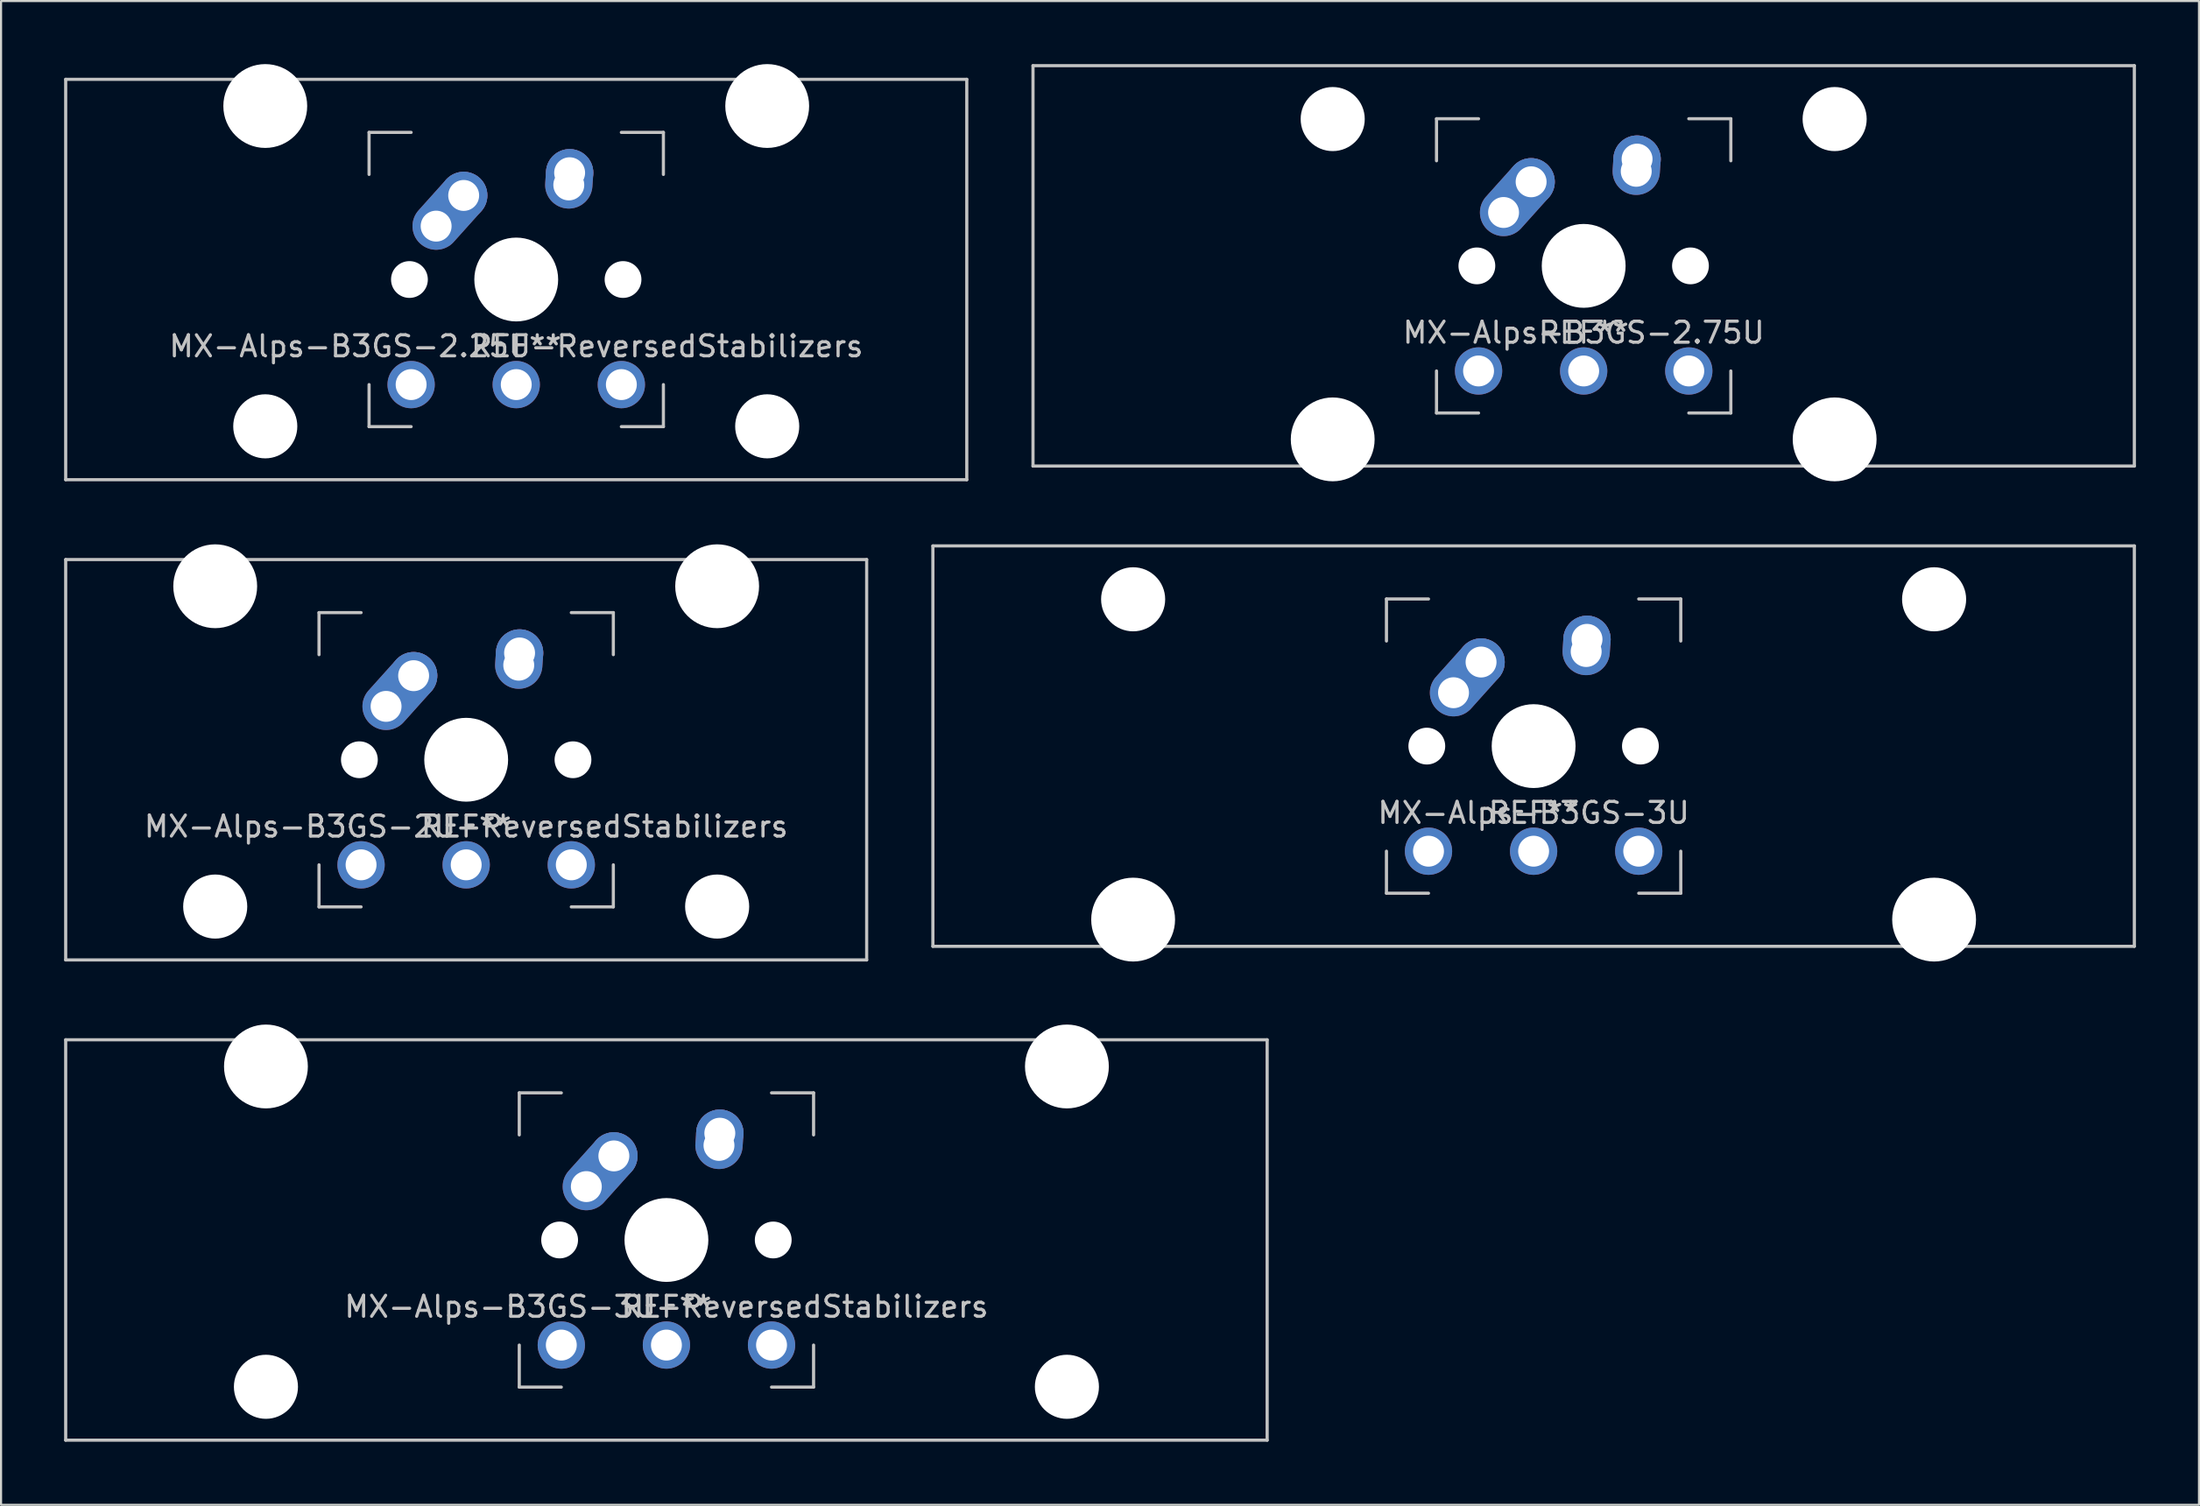
<source format=kicad_pcb>
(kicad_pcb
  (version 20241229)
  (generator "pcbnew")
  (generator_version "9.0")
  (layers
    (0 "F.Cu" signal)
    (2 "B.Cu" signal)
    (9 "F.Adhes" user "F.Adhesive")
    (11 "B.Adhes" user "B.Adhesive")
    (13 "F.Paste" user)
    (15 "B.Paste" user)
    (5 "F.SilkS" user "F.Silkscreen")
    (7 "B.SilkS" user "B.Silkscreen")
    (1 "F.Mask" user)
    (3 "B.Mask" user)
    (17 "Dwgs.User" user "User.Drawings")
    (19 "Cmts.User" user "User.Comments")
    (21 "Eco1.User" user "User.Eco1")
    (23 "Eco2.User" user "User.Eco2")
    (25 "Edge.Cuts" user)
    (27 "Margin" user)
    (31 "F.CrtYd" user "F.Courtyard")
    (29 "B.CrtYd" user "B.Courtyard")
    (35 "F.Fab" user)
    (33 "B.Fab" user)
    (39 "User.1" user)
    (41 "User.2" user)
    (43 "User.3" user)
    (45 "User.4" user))
  (footprint "MX-Alps-B3GS-3U-ReversedStabilizers"
    (layer "F.Cu")
    (at 28.65 55.947)
    (property "Reference" "MX-Alps-B3GS-3U-ReversedStabilizers" (at 0 3.175 0) (layer "Dwgs.User") (effects (font (size 1 1) (thickness 0.15))))
    (attr through_hole)
    (fp_line (start -28.575 -9.525) (end 28.575 -9.525) (stroke (width 0.15) (type solid)) (layer "Dwgs.User"))
    (fp_line (start -28.575 9.525) (end -28.575 -9.525) (stroke (width 0.15) (type solid)) (layer "Dwgs.User"))
    (fp_line (start -28.575 9.525) (end 28.575 9.525) (stroke (width 0.15) (type solid)) (layer "Dwgs.User"))
    (fp_line (start -7 -7) (end -7 -5) (stroke (width 0.15) (type solid)) (layer "Dwgs.User"))
    (fp_line (start -7 5) (end -7 7) (stroke (width 0.15) (type solid)) (layer "Dwgs.User"))
    (fp_line (start -7 7) (end -5 7) (stroke (width 0.15) (type solid)) (layer "Dwgs.User"))
    (fp_line (start -5 -7) (end -7 -7) (stroke (width 0.15) (type solid)) (layer "Dwgs.User"))
    (fp_line (start 5 -7) (end 7 -7) (stroke (width 0.15) (type solid)) (layer "Dwgs.User"))
    (fp_line (start 5 7) (end 7 7) (stroke (width 0.15) (type solid)) (layer "Dwgs.User"))
    (fp_line (start 7 -7) (end 7 -5) (stroke (width 0.15) (type solid)) (layer "Dwgs.User"))
    (fp_line (start 7 7) (end 7 5) (stroke (width 0.15) (type solid)) (layer "Dwgs.User"))
    (fp_line (start 28.575 -9.525) (end 28.575 9.525) (stroke (width 0.15) (type solid)) (layer "Dwgs.User"))
    (fp_text user "REF**" (at 0 3.175 0) (layer "Dwgs.User") (effects (font (size 1 1) (thickness 0.15))))
    (pad "" np_thru_hole circle (at -19.05 -8.255) (size 3.988 3.988) (drill 3.988) (layers "*.Cu" "*.Mask"))
    (pad "" np_thru_hole circle (at -19.05 6.985) (size 3.048 3.048) (drill 3.048) (layers "*.Cu" "*.Mask"))
    (pad "" np_thru_hole circle (at -5.08 0 48.1) (size 1.75 1.75) (drill 1.75) (layers "*.Cu" "*.Mask"))
    (pad "" np_thru_hole circle (at 0 0) (size 3.988 3.988) (drill 3.988) (layers "*.Cu" "*.Mask"))
    (pad "" np_thru_hole circle (at 5.08 0 48.1) (size 1.75 1.75) (drill 1.75) (layers "*.Cu" "*.Mask"))
    (pad "" np_thru_hole circle (at 19.05 -8.255) (size 3.988 3.988) (drill 3.988) (layers "*.Cu" "*.Mask"))
    (pad "" np_thru_hole circle (at 19.05 6.985) (size 3.048 3.048) (drill 3.048) (layers "*.Cu" "*.Mask"))
    (pad "1" thru_hole circle (at -5 5) (size 2.25 2.25) (drill 1.47) (layers "*.Cu" "B.Mask"))
    (pad "1" thru_hole oval (at -3.81 -2.54 48.1) (size 4.212 2.25) (drill 1.47 (offset 0.981 0)) (layers "*.Cu" "B.Mask"))
    (pad "1" thru_hole circle (at -2.5 -4) (size 2.25 2.25) (drill 1.47) (layers "*.Cu" "B.Mask"))
    (pad "1" thru_hole circle (at 5 5 180) (size 2.25 2.25) (drill 1.47) (layers "*.Cu" "B.Mask"))
    (pad "2" thru_hole circle (at 0 5 180) (size 2.25 2.25) (drill 1.47) (layers "*.Cu" "B.Mask"))
    (pad "2" thru_hole oval (at 2.5 -4.5 86.055) (size 2.831 2.25) (drill 1.47 (offset 0.291 0)) (layers "*.Cu" "B.Mask"))
    (pad "2" thru_hole circle (at 2.54 -5.08) (size 2.25 2.25) (drill 1.47) (layers "*.Cu" "B.Mask")))
  (footprint "MX-Alps-B3GS-2U-ReversedStabilizers"
    (layer "F.Cu")
    (at 19.125 33.098)
    (property "Reference" "MX-Alps-B3GS-2U-ReversedStabilizers" (at 0 3.175 0) (layer "Dwgs.User") (effects (font (size 1 1) (thickness 0.15))))
    (attr through_hole)
    (fp_line (start -19.05 -9.525) (end 19.05 -9.525) (stroke (width 0.15) (type solid)) (layer "Dwgs.User"))
    (fp_line (start -19.05 9.525) (end -19.05 -9.525) (stroke (width 0.15) (type solid)) (layer "Dwgs.User"))
    (fp_line (start -19.05 9.525) (end 19.05 9.525) (stroke (width 0.15) (type solid)) (layer "Dwgs.User"))
    (fp_line (start -7 -7) (end -7 -5) (stroke (width 0.15) (type solid)) (layer "Dwgs.User"))
    (fp_line (start -7 5) (end -7 7) (stroke (width 0.15) (type solid)) (layer "Dwgs.User"))
    (fp_line (start -7 7) (end -5 7) (stroke (width 0.15) (type solid)) (layer "Dwgs.User"))
    (fp_line (start -5 -7) (end -7 -7) (stroke (width 0.15) (type solid)) (layer "Dwgs.User"))
    (fp_line (start 5 -7) (end 7 -7) (stroke (width 0.15) (type solid)) (layer "Dwgs.User"))
    (fp_line (start 5 7) (end 7 7) (stroke (width 0.15) (type solid)) (layer "Dwgs.User"))
    (fp_line (start 7 -7) (end 7 -5) (stroke (width 0.15) (type solid)) (layer "Dwgs.User"))
    (fp_line (start 7 7) (end 7 5) (stroke (width 0.15) (type solid)) (layer "Dwgs.User"))
    (fp_line (start 19.05 -9.525) (end 19.05 9.525) (stroke (width 0.15) (type solid)) (layer "Dwgs.User"))
    (fp_text user "REF**" (at 0 3.175 0) (layer "Dwgs.User") (effects (font (size 1 1) (thickness 0.15))))
    (pad "" np_thru_hole circle (at -11.938 -8.255) (size 3.988 3.988) (drill 3.988) (layers "*.Cu" "*.Mask"))
    (pad "" np_thru_hole circle (at -11.938 6.985) (size 3.048 3.048) (drill 3.048) (layers "*.Cu" "*.Mask"))
    (pad "" np_thru_hole circle (at -5.08 0 48.1) (size 1.75 1.75) (drill 1.75) (layers "*.Cu" "*.Mask"))
    (pad "" np_thru_hole circle (at 0 0) (size 3.988 3.988) (drill 3.988) (layers "*.Cu" "*.Mask"))
    (pad "" np_thru_hole circle (at 5.08 0 48.1) (size 1.75 1.75) (drill 1.75) (layers "*.Cu" "*.Mask"))
    (pad "" np_thru_hole circle (at 11.938 -8.255) (size 3.988 3.988) (drill 3.988) (layers "*.Cu" "*.Mask"))
    (pad "" np_thru_hole circle (at 11.938 6.985) (size 3.048 3.048) (drill 3.048) (layers "*.Cu" "*.Mask"))
    (pad "1" thru_hole circle (at -5 5) (size 2.25 2.25) (drill 1.47) (layers "*.Cu" "B.Mask"))
    (pad "1" thru_hole oval (at -3.81 -2.54 48.1) (size 4.212 2.25) (drill 1.47 (offset 0.981 0)) (layers "*.Cu" "B.Mask"))
    (pad "1" thru_hole circle (at -2.5 -4) (size 2.25 2.25) (drill 1.47) (layers "*.Cu" "B.Mask"))
    (pad "1" thru_hole circle (at 5 5 180) (size 2.25 2.25) (drill 1.47) (layers "*.Cu" "B.Mask"))
    (pad "2" thru_hole circle (at 0 5 180) (size 2.25 2.25) (drill 1.47) (layers "*.Cu" "B.Mask"))
    (pad "2" thru_hole oval (at 2.5 -4.5 86.055) (size 2.831 2.25) (drill 1.47 (offset 0.291 0)) (layers "*.Cu" "B.Mask"))
    (pad "2" thru_hole circle (at 2.54 -5.08) (size 2.25 2.25) (drill 1.47) (layers "*.Cu" "B.Mask")))
  (footprint "MX-Alps-B3GS-2.25U-ReversedStabilizers"
    (layer "F.Cu")
    (at 21.506 10.249)
    (property "Reference" "MX-Alps-B3GS-2.25U-ReversedStabilizers" (at 0 3.175 0) (layer "Dwgs.User") (effects (font (size 1 1) (thickness 0.15))))
    (attr through_hole)
    (fp_line (start -21.431 -9.525) (end 21.431 -9.525) (stroke (width 0.15) (type solid)) (layer "Dwgs.User"))
    (fp_line (start -21.431 9.525) (end -21.431 -9.525) (stroke (width 0.15) (type solid)) (layer "Dwgs.User"))
    (fp_line (start -21.431 9.525) (end 21.431 9.525) (stroke (width 0.15) (type solid)) (layer "Dwgs.User"))
    (fp_line (start -7 -7) (end -7 -5) (stroke (width 0.15) (type solid)) (layer "Dwgs.User"))
    (fp_line (start -7 5) (end -7 7) (stroke (width 0.15) (type solid)) (layer "Dwgs.User"))
    (fp_line (start -7 7) (end -5 7) (stroke (width 0.15) (type solid)) (layer "Dwgs.User"))
    (fp_line (start -5 -7) (end -7 -7) (stroke (width 0.15) (type solid)) (layer "Dwgs.User"))
    (fp_line (start 5 -7) (end 7 -7) (stroke (width 0.15) (type solid)) (layer "Dwgs.User"))
    (fp_line (start 5 7) (end 7 7) (stroke (width 0.15) (type solid)) (layer "Dwgs.User"))
    (fp_line (start 7 -7) (end 7 -5) (stroke (width 0.15) (type solid)) (layer "Dwgs.User"))
    (fp_line (start 7 7) (end 7 5) (stroke (width 0.15) (type solid)) (layer "Dwgs.User"))
    (fp_line (start 21.431 -9.525) (end 21.431 9.525) (stroke (width 0.15) (type solid)) (layer "Dwgs.User"))
    (fp_text user "REF**" (at 0 3.175 0) (layer "Dwgs.User") (effects (font (size 1 1) (thickness 0.15))))
    (pad "" np_thru_hole circle (at -11.938 -8.255) (size 3.988 3.988) (drill 3.988) (layers "*.Cu" "*.Mask"))
    (pad "" np_thru_hole circle (at -11.938 6.985) (size 3.048 3.048) (drill 3.048) (layers "*.Cu" "*.Mask"))
    (pad "" np_thru_hole circle (at -5.08 0 48.1) (size 1.75 1.75) (drill 1.75) (layers "*.Cu" "*.Mask"))
    (pad "" np_thru_hole circle (at 0 0) (size 3.988 3.988) (drill 3.988) (layers "*.Cu" "*.Mask"))
    (pad "" np_thru_hole circle (at 5.08 0 48.1) (size 1.75 1.75) (drill 1.75) (layers "*.Cu" "*.Mask"))
    (pad "" np_thru_hole circle (at 11.938 -8.255) (size 3.988 3.988) (drill 3.988) (layers "*.Cu" "*.Mask"))
    (pad "" np_thru_hole circle (at 11.938 6.985) (size 3.048 3.048) (drill 3.048) (layers "*.Cu" "*.Mask"))
    (pad "1" thru_hole circle (at -5 5) (size 2.25 2.25) (drill 1.47) (layers "*.Cu" "B.Mask"))
    (pad "1" thru_hole oval (at -3.81 -2.54 48.1) (size 4.212 2.25) (drill 1.47 (offset 0.981 0)) (layers "*.Cu" "B.Mask"))
    (pad "1" thru_hole circle (at -2.5 -4) (size 2.25 2.25) (drill 1.47) (layers "*.Cu" "B.Mask"))
    (pad "1" thru_hole circle (at 5 5 180) (size 2.25 2.25) (drill 1.47) (layers "*.Cu" "B.Mask"))
    (pad "2" thru_hole circle (at 0 5 180) (size 2.25 2.25) (drill 1.47) (layers "*.Cu" "B.Mask"))
    (pad "2" thru_hole oval (at 2.5 -4.5 86.055) (size 2.831 2.25) (drill 1.47 (offset 0.291 0)) (layers "*.Cu" "B.Mask"))
    (pad "2" thru_hole circle (at 2.54 -5.08) (size 2.25 2.25) (drill 1.47) (layers "*.Cu" "B.Mask")))
  (footprint "MX-Alps-B3GS-2.75U"
    (layer "F.Cu")
    (at 72.281 9.6)
    (property "Reference" "MX-Alps-B3GS-2.75U" (at 0 3.175 0) (layer "Dwgs.User") (effects (font (size 1 1) (thickness 0.15))))
    (attr through_hole)
    (fp_line (start -26.194 -9.525) (end 26.194 -9.525) (stroke (width 0.15) (type solid)) (layer "Dwgs.User"))
    (fp_line (start -26.194 9.525) (end -26.194 -9.525) (stroke (width 0.15) (type solid)) (layer "Dwgs.User"))
    (fp_line (start -26.194 9.525) (end 26.194 9.525) (stroke (width 0.15) (type solid)) (layer "Dwgs.User"))
    (fp_line (start -7 -7) (end -7 -5) (stroke (width 0.15) (type solid)) (layer "Dwgs.User"))
    (fp_line (start -7 5) (end -7 7) (stroke (width 0.15) (type solid)) (layer "Dwgs.User"))
    (fp_line (start -7 7) (end -5 7) (stroke (width 0.15) (type solid)) (layer "Dwgs.User"))
    (fp_line (start -5 -7) (end -7 -7) (stroke (width 0.15) (type solid)) (layer "Dwgs.User"))
    (fp_line (start 5 -7) (end 7 -7) (stroke (width 0.15) (type solid)) (layer "Dwgs.User"))
    (fp_line (start 5 7) (end 7 7) (stroke (width 0.15) (type solid)) (layer "Dwgs.User"))
    (fp_line (start 7 -7) (end 7 -5) (stroke (width 0.15) (type solid)) (layer "Dwgs.User"))
    (fp_line (start 7 7) (end 7 5) (stroke (width 0.15) (type solid)) (layer "Dwgs.User"))
    (fp_line (start 26.194 -9.525) (end 26.194 9.525) (stroke (width 0.15) (type solid)) (layer "Dwgs.User"))
    (fp_text user "REF**" (at 0 3.175 0) (layer "Dwgs.User") (effects (font (size 1 1) (thickness 0.15))))
    (pad "" np_thru_hole circle (at -11.938 -6.985) (size 3.048 3.048) (drill 3.048) (layers "*.Cu" "*.Mask"))
    (pad "" np_thru_hole circle (at -11.938 8.255) (size 3.988 3.988) (drill 3.988) (layers "*.Cu" "*.Mask"))
    (pad "" np_thru_hole circle (at -5.08 0 48.1) (size 1.75 1.75) (drill 1.75) (layers "*.Cu" "*.Mask"))
    (pad "" np_thru_hole circle (at 0 0) (size 3.988 3.988) (drill 3.988) (layers "*.Cu" "*.Mask"))
    (pad "" np_thru_hole circle (at 5.08 0 48.1) (size 1.75 1.75) (drill 1.75) (layers "*.Cu" "*.Mask"))
    (pad "" np_thru_hole circle (at 11.938 -6.985) (size 3.048 3.048) (drill 3.048) (layers "*.Cu" "*.Mask"))
    (pad "" np_thru_hole circle (at 11.938 8.255) (size 3.988 3.988) (drill 3.988) (layers "*.Cu" "*.Mask"))
    (pad "1" thru_hole circle (at -5 5) (size 2.25 2.25) (drill 1.47) (layers "*.Cu" "B.Mask"))
    (pad "1" thru_hole oval (at -3.81 -2.54 48.1) (size 4.212 2.25) (drill 1.47 (offset 0.981 0)) (layers "*.Cu" "B.Mask"))
    (pad "1" thru_hole circle (at -2.5 -4) (size 2.25 2.25) (drill 1.47) (layers "*.Cu" "B.Mask"))
    (pad "1" thru_hole circle (at 5 5 180) (size 2.25 2.25) (drill 1.47) (layers "*.Cu" "B.Mask"))
    (pad "2" thru_hole circle (at 0 5 180) (size 2.25 2.25) (drill 1.47) (layers "*.Cu" "B.Mask"))
    (pad "2" thru_hole oval (at 2.5 -4.5 86.055) (size 2.831 2.25) (drill 1.47 (offset 0.291 0)) (layers "*.Cu" "B.Mask"))
    (pad "2" thru_hole circle (at 2.54 -5.08) (size 2.25 2.25) (drill 1.47) (layers "*.Cu" "B.Mask")))
  (footprint "MX-Alps-B3GS-3U"
    (layer "F.Cu")
    (at 69.9 32.449)
    (property "Reference" "MX-Alps-B3GS-3U" (at 0 3.175 0) (layer "Dwgs.User") (effects (font (size 1 1) (thickness 0.15))))
    (attr through_hole)
    (fp_line (start -28.575 -9.525) (end 28.575 -9.525) (stroke (width 0.15) (type solid)) (layer "Dwgs.User"))
    (fp_line (start -28.575 9.525) (end -28.575 -9.525) (stroke (width 0.15) (type solid)) (layer "Dwgs.User"))
    (fp_line (start -28.575 9.525) (end 28.575 9.525) (stroke (width 0.15) (type solid)) (layer "Dwgs.User"))
    (fp_line (start -7 -7) (end -7 -5) (stroke (width 0.15) (type solid)) (layer "Dwgs.User"))
    (fp_line (start -7 5) (end -7 7) (stroke (width 0.15) (type solid)) (layer "Dwgs.User"))
    (fp_line (start -7 7) (end -5 7) (stroke (width 0.15) (type solid)) (layer "Dwgs.User"))
    (fp_line (start -5 -7) (end -7 -7) (stroke (width 0.15) (type solid)) (layer "Dwgs.User"))
    (fp_line (start 5 -7) (end 7 -7) (stroke (width 0.15) (type solid)) (layer "Dwgs.User"))
    (fp_line (start 5 7) (end 7 7) (stroke (width 0.15) (type solid)) (layer "Dwgs.User"))
    (fp_line (start 7 -7) (end 7 -5) (stroke (width 0.15) (type solid)) (layer "Dwgs.User"))
    (fp_line (start 7 7) (end 7 5) (stroke (width 0.15) (type solid)) (layer "Dwgs.User"))
    (fp_line (start 28.575 -9.525) (end 28.575 9.525) (stroke (width 0.15) (type solid)) (layer "Dwgs.User"))
    (fp_text user "REF**" (at 0 3.175 0) (layer "Dwgs.User") (effects (font (size 1 1) (thickness 0.15))))
    (pad "" np_thru_hole circle (at -19.05 -6.985) (size 3.048 3.048) (drill 3.048) (layers "*.Cu" "*.Mask"))
    (pad "" np_thru_hole circle (at -19.05 8.255) (size 3.988 3.988) (drill 3.988) (layers "*.Cu" "*.Mask"))
    (pad "" np_thru_hole circle (at -5.08 0 48.1) (size 1.75 1.75) (drill 1.75) (layers "*.Cu" "*.Mask"))
    (pad "" np_thru_hole circle (at 0 0) (size 3.988 3.988) (drill 3.988) (layers "*.Cu" "*.Mask"))
    (pad "" np_thru_hole circle (at 5.08 0 48.1) (size 1.75 1.75) (drill 1.75) (layers "*.Cu" "*.Mask"))
    (pad "" np_thru_hole circle (at 19.05 -6.985) (size 3.048 3.048) (drill 3.048) (layers "*.Cu" "*.Mask"))
    (pad "" np_thru_hole circle (at 19.05 8.255) (size 3.988 3.988) (drill 3.988) (layers "*.Cu" "*.Mask"))
    (pad "1" thru_hole circle (at -5 5) (size 2.25 2.25) (drill 1.47) (layers "*.Cu" "B.Mask"))
    (pad "1" thru_hole oval (at -3.81 -2.54 48.1) (size 4.212 2.25) (drill 1.47 (offset 0.981 0)) (layers "*.Cu" "B.Mask"))
    (pad "1" thru_hole circle (at -2.5 -4) (size 2.25 2.25) (drill 1.47) (layers "*.Cu" "B.Mask"))
    (pad "1" thru_hole circle (at 5 5 180) (size 2.25 2.25) (drill 1.47) (layers "*.Cu" "B.Mask"))
    (pad "2" thru_hole circle (at 0 5 180) (size 2.25 2.25) (drill 1.47) (layers "*.Cu" "B.Mask"))
    (pad "2" thru_hole oval (at 2.5 -4.5 86.055) (size 2.831 2.25) (drill 1.47 (offset 0.291 0)) (layers "*.Cu" "B.Mask"))
    (pad "2" thru_hole circle (at 2.54 -5.08) (size 2.25 2.25) (drill 1.47) (layers "*.Cu" "B.Mask")))
  (gr_rect
    (start -3 -3)
    (end 101.55 68.547)
    (stroke (width 0.1) (type default))
    (fill no)
    (layer "Edge.Cuts")))
</source>
